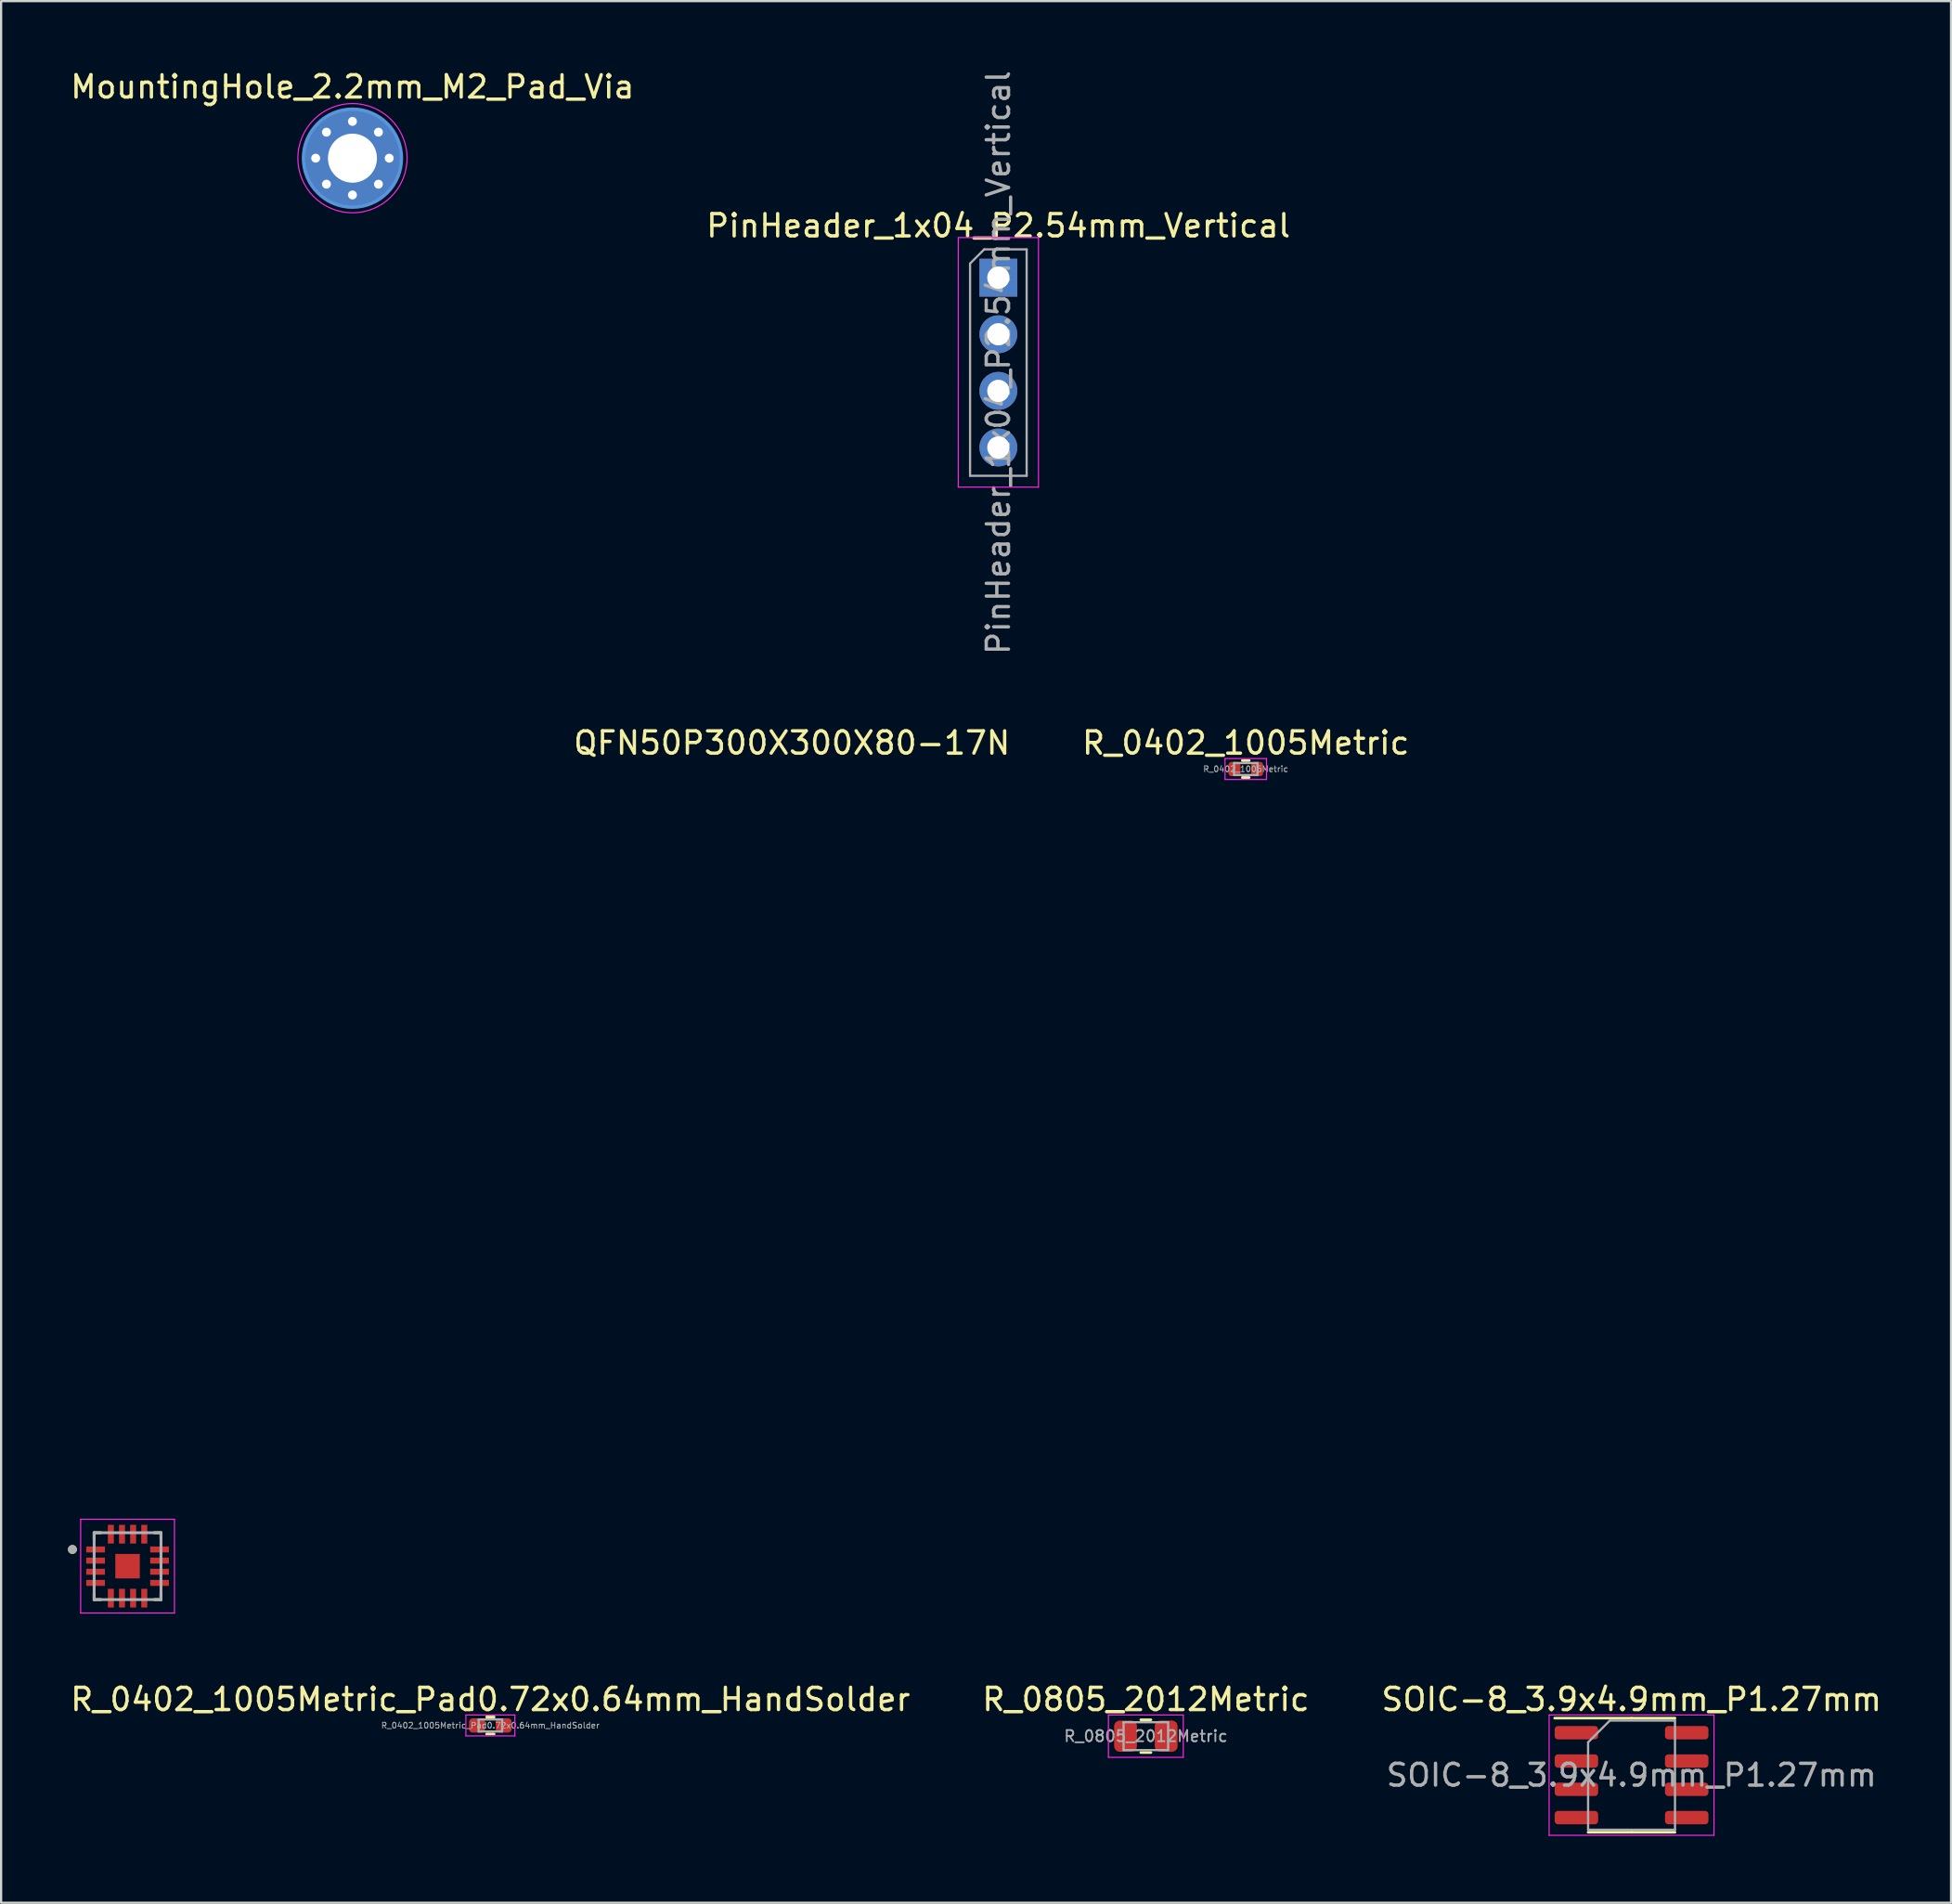
<source format=kicad_pcb>
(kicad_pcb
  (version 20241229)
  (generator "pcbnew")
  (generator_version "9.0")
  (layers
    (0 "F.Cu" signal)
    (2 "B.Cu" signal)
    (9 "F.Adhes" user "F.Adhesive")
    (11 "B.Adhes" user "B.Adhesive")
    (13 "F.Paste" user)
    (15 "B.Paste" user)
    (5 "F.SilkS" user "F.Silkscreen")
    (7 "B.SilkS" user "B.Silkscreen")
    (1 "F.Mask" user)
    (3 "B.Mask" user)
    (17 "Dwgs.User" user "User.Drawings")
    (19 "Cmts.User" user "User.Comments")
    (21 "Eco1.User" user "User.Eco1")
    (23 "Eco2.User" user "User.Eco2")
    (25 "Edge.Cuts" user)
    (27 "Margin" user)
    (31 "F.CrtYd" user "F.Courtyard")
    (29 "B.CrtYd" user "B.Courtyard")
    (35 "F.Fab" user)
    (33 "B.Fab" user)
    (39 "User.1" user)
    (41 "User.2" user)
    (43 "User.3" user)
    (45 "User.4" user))
  (footprint "MountingHole_2.2mm_M2_Pad_Via"
    (layer "F.Cu")
    (at 12.768 4.048)
    (property "Reference" "MountingHole_2.2mm_M2_Pad_Via" (at 0 -3.2 0) (layer "F.SilkS") (effects (font (size 1 1) (thickness 0.15))))
    (attr exclude_from_pos_files)
    (fp_circle (center 0 0) (end 2.2 0) (stroke (width 0.15) (type solid)) (fill no) (layer "Cmts.User"))
    (fp_circle (center 0 0) (end 2.45 0) (stroke (width 0.05) (type solid)) (fill no) (layer "F.CrtYd"))
    (pad "1" thru_hole circle (at -1.65 0) (size 0.7 0.7) (drill 0.4) (layers "*.Cu" "*.Mask"))
    (pad "1" thru_hole circle (at -1.167 -1.167) (size 0.7 0.7) (drill 0.4) (layers "*.Cu" "*.Mask"))
    (pad "1" thru_hole circle (at -1.167 1.167) (size 0.7 0.7) (drill 0.4) (layers "*.Cu" "*.Mask"))
    (pad "1" thru_hole circle (at 0 -1.65) (size 0.7 0.7) (drill 0.4) (layers "*.Cu" "*.Mask"))
    (pad "1" thru_hole circle (at 0 0) (size 4.4 4.4) (drill 2.2) (layers "*.Cu" "*.Mask"))
    (pad "1" thru_hole circle (at 0 1.65) (size 0.7 0.7) (drill 0.4) (layers "*.Cu" "*.Mask"))
    (pad "1" thru_hole circle (at 1.167 -1.167) (size 0.7 0.7) (drill 0.4) (layers "*.Cu" "*.Mask"))
    (pad "1" thru_hole circle (at 1.167 1.167) (size 0.7 0.7) (drill 0.4) (layers "*.Cu" "*.Mask"))
    (pad "1" thru_hole circle (at 1.65 0) (size 0.7 0.7) (drill 0.4) (layers "*.Cu" "*.Mask")))
  (footprint "R_0402_1005Metric"
    (layer "F.Cu")
    (at 52.859 31.459)
    (property "Reference" "R_0402_1005Metric" (at 0 -1.17 0) (layer "F.SilkS") (effects (font (size 1 1) (thickness 0.15))))
    (attr smd)
    (fp_line (start -0.154 -0.38) (end 0.154 -0.38) (stroke (width 0.12) (type solid)) (layer "F.SilkS"))
    (fp_line (start -0.154 0.38) (end 0.154 0.38) (stroke (width 0.12) (type solid)) (layer "F.SilkS"))
    (fp_line (start -0.93 -0.47) (end 0.93 -0.47) (stroke (width 0.05) (type solid)) (layer "F.CrtYd"))
    (fp_line (start -0.93 0.47) (end -0.93 -0.47) (stroke (width 0.05) (type solid)) (layer "F.CrtYd"))
    (fp_line (start 0.93 -0.47) (end 0.93 0.47) (stroke (width 0.05) (type solid)) (layer "F.CrtYd"))
    (fp_line (start 0.93 0.47) (end -0.93 0.47) (stroke (width 0.05) (type solid)) (layer "F.CrtYd"))
    (fp_line (start -0.525 -0.27) (end 0.525 -0.27) (stroke (width 0.1) (type solid)) (layer "F.Fab"))
    (fp_line (start -0.525 0.27) (end -0.525 -0.27) (stroke (width 0.1) (type solid)) (layer "F.Fab"))
    (fp_line (start 0.525 -0.27) (end 0.525 0.27) (stroke (width 0.1) (type solid)) (layer "F.Fab"))
    (fp_line (start 0.525 0.27) (end -0.525 0.27) (stroke (width 0.1) (type solid)) (layer "F.Fab"))
    (fp_text user "${REFERENCE}" (at 0 0 0) (layer "F.Fab") (effects (font (size 0.26 0.26) (thickness 0.04))))
    (pad "1" smd roundrect (at -0.51 0) (size 0.54 0.64) (layers "F.Cu" "F.Mask" "F.Paste") (roundrect_rratio 0.25))
    (pad "2" smd roundrect (at 0.51 0) (size 0.54 0.64) (layers "F.Cu" "F.Mask" "F.Paste") (roundrect_rratio 0.25)))
  (footprint "QFN50P300X300X80-17N"
    (layer "F.Cu")
    (at 2.675 67.229)
    (property "Reference" "QFN50P300X300X80-17N" (at 29.815 -36.94 0) (layer "F.SilkS") (effects (font (size 1 1) (thickness 0.15))))
    (attr smd)
    (fp_line (start -1.5 -1.5) (end -1.5 -1.205) (stroke (width 0.127) (type solid)) (layer "F.SilkS"))
    (fp_line (start -1.5 -1.5) (end -1.205 -1.5) (stroke (width 0.127) (type solid)) (layer "F.SilkS"))
    (fp_line (start -1.5 1.5) (end -1.5 1.205) (stroke (width 0.127) (type solid)) (layer "F.SilkS"))
    (fp_line (start -1.5 1.5) (end -1.205 1.5) (stroke (width 0.127) (type solid)) (layer "F.SilkS"))
    (fp_line (start 1.5 -1.5) (end 1.205 -1.5) (stroke (width 0.127) (type solid)) (layer "F.SilkS"))
    (fp_line (start 1.5 -1.5) (end 1.5 -1.205) (stroke (width 0.127) (type solid)) (layer "F.SilkS"))
    (fp_line (start 1.5 1.5) (end 1.205 1.5) (stroke (width 0.127) (type solid)) (layer "F.SilkS"))
    (fp_line (start 1.5 1.5) (end 1.5 1.205) (stroke (width 0.127) (type solid)) (layer "F.SilkS"))
    (fp_circle (center -2.475 -0.75) (end -2.375 -0.75) (stroke (width 0.2) (type solid)) (fill no) (layer "F.SilkS"))
    (fp_poly (pts (xy -0.35 -0.35) (xy 0.35 -0.35) (xy 0.35 0.35) (xy -0.35 0.35)) (stroke (width 0.01) (type solid)) (fill yes) (layer "F.Paste"))
    (fp_line (start -2.105 -2.105) (end 2.105 -2.105) (stroke (width 0.05) (type solid)) (layer "F.CrtYd"))
    (fp_line (start -2.105 2.105) (end -2.105 -2.105) (stroke (width 0.05) (type solid)) (layer "F.CrtYd"))
    (fp_line (start -2.105 2.105) (end 2.105 2.105) (stroke (width 0.05) (type solid)) (layer "F.CrtYd"))
    (fp_line (start 2.105 2.105) (end 2.105 -2.105) (stroke (width 0.05) (type solid)) (layer "F.CrtYd"))
    (fp_line (start -1.5 1.5) (end -1.5 -1.5) (stroke (width 0.127) (type solid)) (layer "F.Fab"))
    (fp_line (start 1.5 -1.5) (end -1.5 -1.5) (stroke (width 0.127) (type solid)) (layer "F.Fab"))
    (fp_line (start 1.5 1.5) (end -1.5 1.5) (stroke (width 0.127) (type solid)) (layer "F.Fab"))
    (fp_line (start 1.5 1.5) (end 1.5 -1.5) (stroke (width 0.127) (type solid)) (layer "F.Fab"))
    (fp_circle (center -2.475 -0.75) (end -2.375 -0.75) (stroke (width 0.2) (type solid)) (fill no) (layer "F.Fab"))
    (pad "1" smd roundrect (at -1.435 -0.75) (size 0.84 0.27) (layers "F.Cu" "F.Mask" "F.Paste") (roundrect_rratio 0.03))
    (pad "2" smd roundrect (at -1.435 -0.25) (size 0.84 0.27) (layers "F.Cu" "F.Mask" "F.Paste") (roundrect_rratio 0.03))
    (pad "3" smd roundrect (at -1.435 0.25) (size 0.84 0.27) (layers "F.Cu" "F.Mask" "F.Paste") (roundrect_rratio 0.03))
    (pad "4" smd roundrect (at -1.435 0.75) (size 0.84 0.27) (layers "F.Cu" "F.Mask" "F.Paste") (roundrect_rratio 0.03))
    (pad "5" smd roundrect (at -0.75 1.435 90) (size 0.84 0.27) (layers "F.Cu" "F.Mask" "F.Paste") (roundrect_rratio 0.03))
    (pad "6" smd roundrect (at -0.25 1.435 90) (size 0.84 0.27) (layers "F.Cu" "F.Mask" "F.Paste") (roundrect_rratio 0.03))
    (pad "7" smd roundrect (at 0.25 1.435 90) (size 0.84 0.27) (layers "F.Cu" "F.Mask" "F.Paste") (roundrect_rratio 0.03))
    (pad "8" smd roundrect (at 0.75 1.435 90) (size 0.84 0.27) (layers "F.Cu" "F.Mask" "F.Paste") (roundrect_rratio 0.03))
    (pad "9" smd roundrect (at 1.435 0.75) (size 0.84 0.27) (layers "F.Cu" "F.Mask" "F.Paste") (roundrect_rratio 0.03))
    (pad "10" smd roundrect (at 1.435 0.25) (size 0.84 0.27) (layers "F.Cu" "F.Mask" "F.Paste") (roundrect_rratio 0.03))
    (pad "11" smd roundrect (at 1.435 -0.25) (size 0.84 0.27) (layers "F.Cu" "F.Mask" "F.Paste") (roundrect_rratio 0.03))
    (pad "12" smd roundrect (at 1.435 -0.75) (size 0.84 0.27) (layers "F.Cu" "F.Mask" "F.Paste") (roundrect_rratio 0.03))
    (pad "13" smd roundrect (at 0.75 -1.435 90) (size 0.84 0.27) (layers "F.Cu" "F.Mask" "F.Paste") (roundrect_rratio 0.03))
    (pad "14" smd roundrect (at 0.25 -1.435 90) (size 0.84 0.27) (layers "F.Cu" "F.Mask" "F.Paste") (roundrect_rratio 0.03))
    (pad "15" smd roundrect (at -0.25 -1.435 90) (size 0.84 0.27) (layers "F.Cu" "F.Mask" "F.Paste") (roundrect_rratio 0.03))
    (pad "16" smd roundrect (at -0.75 -1.435 90) (size 0.84 0.27) (layers "F.Cu" "F.Mask" "F.Paste") (roundrect_rratio 0.03))
    (pad "17" smd rect (at 0 0) (size 1.1 1.1) (layers "F.Cu" "F.Mask")))
  (footprint "R_0402_1005Metric_Pad0.72x0.64mm_HandSolder"
    (layer "F.Cu")
    (at 18.958 74.377)
    (property "Reference" "R_0402_1005Metric_Pad0.72x0.64mm_HandSolder" (at 0 -1.17 180) (layer "F.SilkS") (effects (font (size 1 1) (thickness 0.15))))
    (attr smd)
    (fp_line (start -0.168 -0.38) (end 0.168 -0.38) (stroke (width 0.12) (type solid)) (layer "F.SilkS"))
    (fp_line (start -0.168 0.38) (end 0.168 0.38) (stroke (width 0.12) (type solid)) (layer "F.SilkS"))
    (fp_line (start -1.1 -0.47) (end 1.1 -0.47) (stroke (width 0.05) (type solid)) (layer "F.CrtYd"))
    (fp_line (start -1.1 0.47) (end -1.1 -0.47) (stroke (width 0.05) (type solid)) (layer "F.CrtYd"))
    (fp_line (start 1.1 -0.47) (end 1.1 0.47) (stroke (width 0.05) (type solid)) (layer "F.CrtYd"))
    (fp_line (start 1.1 0.47) (end -1.1 0.47) (stroke (width 0.05) (type solid)) (layer "F.CrtYd"))
    (fp_line (start -0.525 -0.27) (end 0.525 -0.27) (stroke (width 0.1) (type solid)) (layer "F.Fab"))
    (fp_line (start -0.525 0.27) (end -0.525 -0.27) (stroke (width 0.1) (type solid)) (layer "F.Fab"))
    (fp_line (start 0.525 -0.27) (end 0.525 0.27) (stroke (width 0.1) (type solid)) (layer "F.Fab"))
    (fp_line (start 0.525 0.27) (end -0.525 0.27) (stroke (width 0.1) (type solid)) (layer "F.Fab"))
    (fp_text user "${REFERENCE}" (at 0 0 180) (layer "F.Fab") (effects (font (size 0.26 0.26) (thickness 0.04))))
    (pad "1" smd roundrect (at -0.598 0) (size 0.715 0.64) (layers "F.Cu" "F.Mask" "F.Paste") (roundrect_rratio 0.25))
    (pad "2" smd roundrect (at 0.598 0) (size 0.715 0.64) (layers "F.Cu" "F.Mask" "F.Paste") (roundrect_rratio 0.25)))
  (footprint "SOIC-8_3.9x4.9mm_P1.27mm"
    (layer "F.Cu")
    (at 70.173 76.607)
    (property "Reference" "SOIC-8_3.9x4.9mm_P1.27mm" (at 0 -3.4 0) (layer "F.SilkS") (effects (font (size 1 1) (thickness 0.15))))
    (attr smd)
    (fp_line (start 0 -2.56) (end -3.45 -2.56) (stroke (width 0.12) (type solid)) (layer "F.SilkS"))
    (fp_line (start 0 -2.56) (end 1.95 -2.56) (stroke (width 0.12) (type solid)) (layer "F.SilkS"))
    (fp_line (start 0 2.56) (end -1.95 2.56) (stroke (width 0.12) (type solid)) (layer "F.SilkS"))
    (fp_line (start 0 2.56) (end 1.95 2.56) (stroke (width 0.12) (type solid)) (layer "F.SilkS"))
    (fp_line (start -3.7 -2.7) (end -3.7 2.7) (stroke (width 0.05) (type solid)) (layer "F.CrtYd"))
    (fp_line (start -3.7 2.7) (end 3.7 2.7) (stroke (width 0.05) (type solid)) (layer "F.CrtYd"))
    (fp_line (start 3.7 -2.7) (end -3.7 -2.7) (stroke (width 0.05) (type solid)) (layer "F.CrtYd"))
    (fp_line (start 3.7 2.7) (end 3.7 -2.7) (stroke (width 0.05) (type solid)) (layer "F.CrtYd"))
    (fp_line (start -1.95 -1.475) (end -0.975 -2.45) (stroke (width 0.1) (type solid)) (layer "F.Fab"))
    (fp_line (start -1.95 2.45) (end -1.95 -1.475) (stroke (width 0.1) (type solid)) (layer "F.Fab"))
    (fp_line (start -0.975 -2.45) (end 1.95 -2.45) (stroke (width 0.1) (type solid)) (layer "F.Fab"))
    (fp_line (start 1.95 -2.45) (end 1.95 2.45) (stroke (width 0.1) (type solid)) (layer "F.Fab"))
    (fp_line (start 1.95 2.45) (end -1.95 2.45) (stroke (width 0.1) (type solid)) (layer "F.Fab"))
    (fp_text user "${REFERENCE}" (at 0 0 0) (layer "F.Fab") (effects (font (size 0.98 0.98) (thickness 0.15))))
    (pad "1" smd roundrect (at -2.475 -1.905) (size 1.95 0.6) (layers "F.Cu" "F.Mask" "F.Paste") (roundrect_rratio 0.25))
    (pad "2" smd roundrect (at -2.475 -0.635) (size 1.95 0.6) (layers "F.Cu" "F.Mask" "F.Paste") (roundrect_rratio 0.25))
    (pad "3" smd roundrect (at -2.475 0.635) (size 1.95 0.6) (layers "F.Cu" "F.Mask" "F.Paste") (roundrect_rratio 0.25))
    (pad "4" smd roundrect (at -2.475 1.905) (size 1.95 0.6) (layers "F.Cu" "F.Mask" "F.Paste") (roundrect_rratio 0.25))
    (pad "5" smd roundrect (at 2.475 1.905) (size 1.95 0.6) (layers "F.Cu" "F.Mask" "F.Paste") (roundrect_rratio 0.25))
    (pad "6" smd roundrect (at 2.475 0.635) (size 1.95 0.6) (layers "F.Cu" "F.Mask" "F.Paste") (roundrect_rratio 0.25))
    (pad "7" smd roundrect (at 2.475 -0.635) (size 1.95 0.6) (layers "F.Cu" "F.Mask" "F.Paste") (roundrect_rratio 0.25))
    (pad "8" smd roundrect (at 2.475 -1.905) (size 1.95 0.6) (layers "F.Cu" "F.Mask" "F.Paste") (roundrect_rratio 0.25)))
  (footprint "R_0805_2012Metric"
    (layer "F.Cu")
    (at 48.375 74.857)
    (property "Reference" "R_0805_2012Metric" (at 0 -1.65 0) (layer "F.SilkS") (effects (font (size 1 1) (thickness 0.15))))
    (attr smd)
    (fp_line (start -0.227 -0.735) (end 0.227 -0.735) (stroke (width 0.12) (type solid)) (layer "F.SilkS"))
    (fp_line (start -0.227 0.735) (end 0.227 0.735) (stroke (width 0.12) (type solid)) (layer "F.SilkS"))
    (fp_line (start -1.68 -0.95) (end 1.68 -0.95) (stroke (width 0.05) (type solid)) (layer "F.CrtYd"))
    (fp_line (start -1.68 0.95) (end -1.68 -0.95) (stroke (width 0.05) (type solid)) (layer "F.CrtYd"))
    (fp_line (start 1.68 -0.95) (end 1.68 0.95) (stroke (width 0.05) (type solid)) (layer "F.CrtYd"))
    (fp_line (start 1.68 0.95) (end -1.68 0.95) (stroke (width 0.05) (type solid)) (layer "F.CrtYd"))
    (fp_line (start -1 -0.625) (end 1 -0.625) (stroke (width 0.1) (type solid)) (layer "F.Fab"))
    (fp_line (start -1 0.625) (end -1 -0.625) (stroke (width 0.1) (type solid)) (layer "F.Fab"))
    (fp_line (start 1 -0.625) (end 1 0.625) (stroke (width 0.1) (type solid)) (layer "F.Fab"))
    (fp_line (start 1 0.625) (end -1 0.625) (stroke (width 0.1) (type solid)) (layer "F.Fab"))
    (fp_text user "${REFERENCE}" (at 0 0 0) (layer "F.Fab") (effects (font (size 0.5 0.5) (thickness 0.08))))
    (pad "1" smd roundrect (at -0.912 0) (size 1.025 1.4) (layers "F.Cu" "F.Mask" "F.Paste") (roundrect_rratio 0.244))
    (pad "2" smd roundrect (at 0.912 0) (size 1.025 1.4) (layers "F.Cu" "F.Mask" "F.Paste") (roundrect_rratio 0.244)))
  (footprint "PinHeader_1x04_P2.54mm_Vertical"
    (layer "F.Cu")
    (at 41.756 9.41)
    (property "Reference" "PinHeader_1x04_P2.54mm_Vertical" (at 0 -2.33 0) (layer "F.SilkS") (effects (font (size 1 1) (thickness 0.15))))
    (attr through_hole)
    (fp_line (start -1.8 -1.8) (end -1.8 9.4) (stroke (width 0.05) (type solid)) (layer "F.CrtYd"))
    (fp_line (start -1.8 9.4) (end 1.8 9.4) (stroke (width 0.05) (type solid)) (layer "F.CrtYd"))
    (fp_line (start 1.8 -1.8) (end -1.8 -1.8) (stroke (width 0.05) (type solid)) (layer "F.CrtYd"))
    (fp_line (start 1.8 9.4) (end 1.8 -1.8) (stroke (width 0.05) (type solid)) (layer "F.CrtYd"))
    (fp_line (start -1.27 -0.635) (end -0.635 -1.27) (stroke (width 0.1) (type solid)) (layer "F.Fab"))
    (fp_line (start -1.27 8.89) (end -1.27 -0.635) (stroke (width 0.1) (type solid)) (layer "F.Fab"))
    (fp_line (start -0.635 -1.27) (end 1.27 -1.27) (stroke (width 0.1) (type solid)) (layer "F.Fab"))
    (fp_line (start 1.27 -1.27) (end 1.27 8.89) (stroke (width 0.1) (type solid)) (layer "F.Fab"))
    (fp_line (start 1.27 8.89) (end -1.27 8.89) (stroke (width 0.1) (type solid)) (layer "F.Fab"))
    (fp_text user "${REFERENCE}" (at 0 3.81 90) (layer "F.Fab") (effects (font (size 1 1) (thickness 0.15))))
    (pad "1" thru_hole rect (at 0 0) (size 1.7 1.7) (drill 1) (layers "*.Cu" "*.Mask"))
    (pad "2" thru_hole oval (at 0 2.54) (size 1.7 1.7) (drill 1) (layers "*.Cu" "*.Mask"))
    (pad "3" thru_hole oval (at 0 5.08) (size 1.7 1.7) (drill 1) (layers "*.Cu" "*.Mask"))
    (pad "4" thru_hole oval (at 0 7.62) (size 1.7 1.7) (drill 1) (layers "*.Cu" "*.Mask")))
  (gr_rect
    (start -3 -3)
    (end 84.512 82.332)
    (stroke (width 0.1) (type default))
    (fill no)
    (layer "Edge.Cuts")))
</source>
